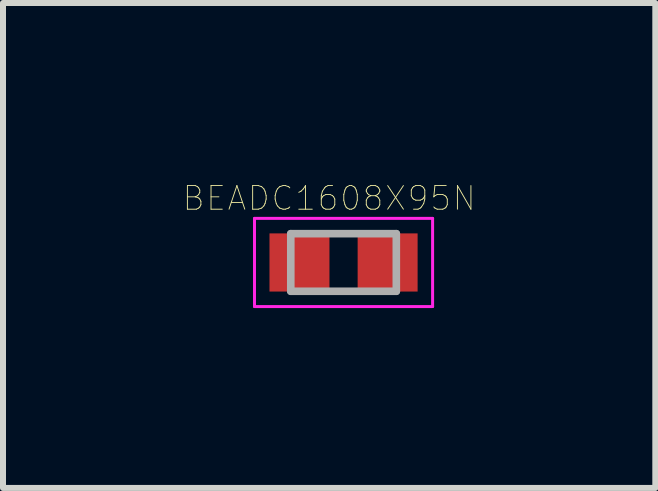
<source format=kicad_pcb>
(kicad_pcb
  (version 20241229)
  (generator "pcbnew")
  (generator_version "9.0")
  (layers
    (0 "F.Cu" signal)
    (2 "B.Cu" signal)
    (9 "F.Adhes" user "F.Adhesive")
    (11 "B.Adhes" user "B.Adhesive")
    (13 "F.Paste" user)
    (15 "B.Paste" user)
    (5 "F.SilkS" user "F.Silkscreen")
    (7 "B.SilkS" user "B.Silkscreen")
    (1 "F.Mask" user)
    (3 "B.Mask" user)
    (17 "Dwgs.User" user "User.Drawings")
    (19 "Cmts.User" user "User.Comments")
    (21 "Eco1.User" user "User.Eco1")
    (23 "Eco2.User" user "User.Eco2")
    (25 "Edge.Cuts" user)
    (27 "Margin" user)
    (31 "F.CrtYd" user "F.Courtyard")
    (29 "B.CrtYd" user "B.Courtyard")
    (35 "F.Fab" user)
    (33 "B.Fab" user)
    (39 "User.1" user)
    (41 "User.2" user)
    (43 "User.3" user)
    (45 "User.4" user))
  (footprint "BEADC1608X95N"
    (layer "F.Cu")
    (at 2.679 1.327)
    (property "Reference" "BEADC1608X95N" (at -0.24 -1.07 0) (layer "F.SilkS") (effects (font (size 0.394 0.394) (thickness 0.015))))
    (attr through_hole)
    (fp_line (start -1.485 -0.735) (end 1.485 -0.735) (stroke (width 0.05) (type solid)) (layer "F.CrtYd"))
    (fp_line (start -1.485 0.735) (end -1.485 -0.735) (stroke (width 0.05) (type solid)) (layer "F.CrtYd"))
    (fp_line (start -1.485 0.735) (end 1.485 0.735) (stroke (width 0.05) (type solid)) (layer "F.CrtYd"))
    (fp_line (start 1.485 0.735) (end 1.485 -0.735) (stroke (width 0.05) (type solid)) (layer "F.CrtYd"))
    (fp_line (start -0.88 0.48) (end -0.88 -0.48) (stroke (width 0.127) (type solid)) (layer "F.Fab"))
    (fp_line (start 0.88 -0.48) (end -0.88 -0.48) (stroke (width 0.127) (type solid)) (layer "F.Fab"))
    (fp_line (start 0.88 0.48) (end -0.88 0.48) (stroke (width 0.127) (type solid)) (layer "F.Fab"))
    (fp_line (start 0.88 0.48) (end 0.88 -0.48) (stroke (width 0.127) (type solid)) (layer "F.Fab"))
    (pad "1" smd rect (at -0.735 0) (size 1 0.97) (layers "F.Cu" "F.Mask" "F.Paste"))
    (pad "2" smd rect (at 0.735 0) (size 1 0.97) (layers "F.Cu" "F.Mask" "F.Paste")))
  (gr_rect
    (start -3 -3)
    (end 7.878 5.087)
    (stroke (width 0.1) (type default))
    (fill no)
    (layer "Edge.Cuts")))
</source>
